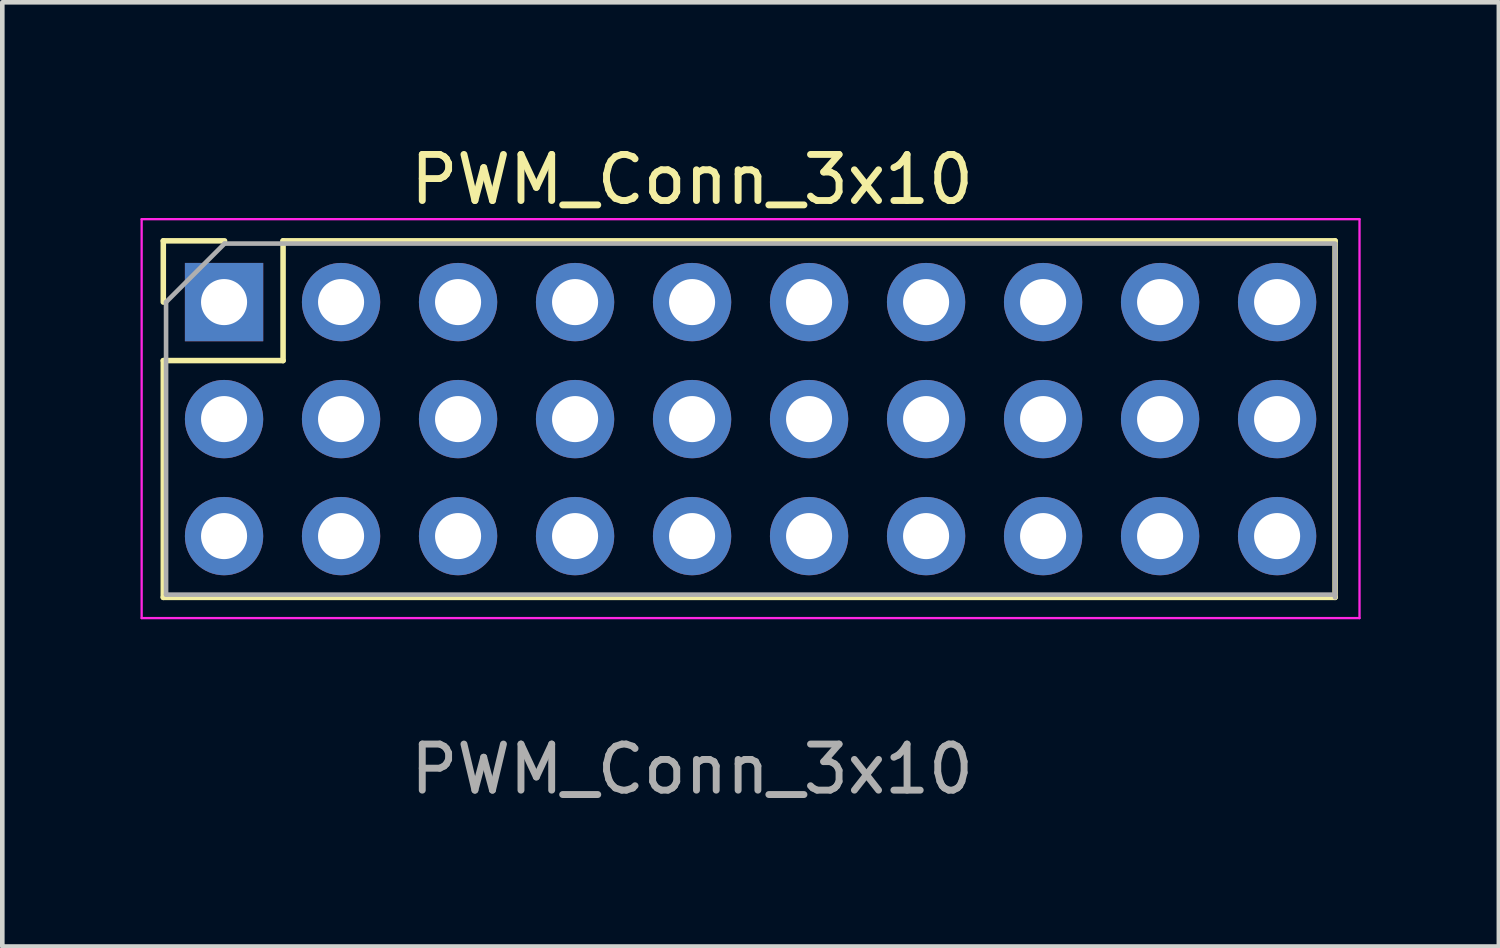
<source format=kicad_pcb>
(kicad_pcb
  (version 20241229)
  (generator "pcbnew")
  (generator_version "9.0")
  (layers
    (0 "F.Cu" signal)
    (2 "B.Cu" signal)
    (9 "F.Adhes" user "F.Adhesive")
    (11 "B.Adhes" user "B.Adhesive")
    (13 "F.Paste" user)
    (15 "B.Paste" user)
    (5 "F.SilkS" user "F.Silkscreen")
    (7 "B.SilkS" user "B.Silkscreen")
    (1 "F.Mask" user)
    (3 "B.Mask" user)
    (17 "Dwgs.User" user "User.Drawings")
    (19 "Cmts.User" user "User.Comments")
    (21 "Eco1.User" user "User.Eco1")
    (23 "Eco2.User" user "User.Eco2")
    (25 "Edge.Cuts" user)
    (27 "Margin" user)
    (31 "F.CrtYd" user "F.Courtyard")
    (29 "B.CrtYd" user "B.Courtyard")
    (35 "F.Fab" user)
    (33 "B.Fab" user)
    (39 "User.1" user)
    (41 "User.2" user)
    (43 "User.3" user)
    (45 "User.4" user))
  (footprint "PWM_Conn_3x10"
    (layer "F.Cu")
    (at 11.974 6.048)
    (property "Reference" "PWM_Conn_3x10" (at 0 -5.2 0) (unlocked yes) (layer "F.SilkS") (effects (font (size 1 1) (thickness 0.15))))
    (attr through_hole)
    (fp_line (start -11.479 -3.87) (end -10.149 -3.87) (stroke (width 0.12) (type solid)) (layer "F.SilkS"))
    (fp_line (start -11.479 -2.54) (end -11.479 -3.87) (stroke (width 0.12) (type solid)) (layer "F.SilkS"))
    (fp_line (start -11.479 -1.27) (end -11.479 3.87) (stroke (width 0.12) (type solid)) (layer "F.SilkS"))
    (fp_line (start -11.479 -1.27) (end -8.879 -1.27) (stroke (width 0.12) (type solid)) (layer "F.SilkS"))
    (fp_line (start -11.479 3.87) (end 13.959 3.87) (stroke (width 0.12) (type solid)) (layer "F.SilkS"))
    (fp_line (start -8.879 -3.87) (end 13.959 -3.87) (stroke (width 0.12) (type solid)) (layer "F.SilkS"))
    (fp_line (start -8.879 -1.27) (end -8.879 -3.87) (stroke (width 0.12) (type solid)) (layer "F.SilkS"))
    (fp_line (start 13.959 -3.87) (end 13.959 3.87) (stroke (width 0.12) (type solid)) (layer "F.SilkS"))
    (fp_line (start -11.949 -4.34) (end -11.949 4.32) (stroke (width 0.05) (type solid)) (layer "F.CrtYd"))
    (fp_line (start -11.949 4.32) (end 14.489 4.32) (stroke (width 0.05) (type solid)) (layer "F.CrtYd"))
    (fp_line (start 14.489 -4.34) (end -11.949 -4.34) (stroke (width 0.05) (type solid)) (layer "F.CrtYd"))
    (fp_line (start 14.489 4.32) (end 14.489 -4.34) (stroke (width 0.05) (type solid)) (layer "F.CrtYd"))
    (fp_line (start -11.419 -2.54) (end -10.149 -3.81) (stroke (width 0.1) (type solid)) (layer "F.Fab"))
    (fp_line (start -11.419 3.81) (end -11.419 -2.54) (stroke (width 0.1) (type solid)) (layer "F.Fab"))
    (fp_line (start -10.149 -3.81) (end 13.959 -3.81) (stroke (width 0.1) (type solid)) (layer "F.Fab"))
    (fp_line (start 13.959 -3.75) (end 13.959 3.87) (stroke (width 0.1) (type solid)) (layer "F.Fab"))
    (fp_line (start 13.959 3.81) (end -11.419 3.81) (stroke (width 0.1) (type solid)) (layer "F.Fab"))
    (fp_text user "${REFERENCE}" (at 0 7.6 180) (layer "F.Fab") (effects (font (size 1 1) (thickness 0.15))))
    (pad "1" thru_hole rect (at -10.16 -2.54) (size 1.7 1.7) (drill 1) (layers "*.Cu" "*.Mask"))
    (pad "2" thru_hole oval (at -7.62 -2.54) (size 1.7 1.7) (drill 1) (layers "*.Cu" "*.Mask"))
    (pad "3" thru_hole oval (at -5.08 -2.54) (size 1.7 1.7) (drill 1) (layers "*.Cu" "*.Mask"))
    (pad "4" thru_hole oval (at -2.54 -2.54) (size 1.7 1.7) (drill 1) (layers "*.Cu" "*.Mask"))
    (pad "5" thru_hole oval (at 0 -2.54) (size 1.7 1.7) (drill 1) (layers "*.Cu" "*.Mask"))
    (pad "6" thru_hole oval (at 2.54 -2.54) (size 1.7 1.7) (drill 1) (layers "*.Cu" "*.Mask"))
    (pad "7" thru_hole oval (at 5.08 -2.54) (size 1.7 1.7) (drill 1) (layers "*.Cu" "*.Mask"))
    (pad "8" thru_hole oval (at 7.62 -2.54) (size 1.7 1.7) (drill 1) (layers "*.Cu" "*.Mask"))
    (pad "9" thru_hole oval (at 10.16 -2.54) (size 1.7 1.7) (drill 1) (layers "*.Cu" "*.Mask"))
    (pad "10" thru_hole oval (at 12.7 -2.54) (size 1.7 1.7) (drill 1) (layers "*.Cu" "*.Mask"))
    (pad "11" thru_hole oval (at -10.16 0) (size 1.7 1.7) (drill 1) (layers "*.Cu" "*.Mask"))
    (pad "11" thru_hole oval (at -7.62 0) (size 1.7 1.7) (drill 1) (layers "*.Cu" "*.Mask"))
    (pad "11" thru_hole oval (at -5.08 0) (size 1.7 1.7) (drill 1) (layers "*.Cu" "*.Mask"))
    (pad "11" thru_hole oval (at -2.54 0) (size 1.7 1.7) (drill 1) (layers "*.Cu" "*.Mask"))
    (pad "11" thru_hole oval (at 0 0) (size 1.7 1.7) (drill 1) (layers "*.Cu" "*.Mask"))
    (pad "11" thru_hole oval (at 2.54 0) (size 1.7 1.7) (drill 1) (layers "*.Cu" "*.Mask"))
    (pad "11" thru_hole oval (at 5.08 0) (size 1.7 1.7) (drill 1) (layers "*.Cu" "*.Mask"))
    (pad "11" thru_hole oval (at 7.62 0) (size 1.7 1.7) (drill 1) (layers "*.Cu" "*.Mask"))
    (pad "12" thru_hole oval (at 10.16 0) (size 1.7 1.7) (drill 1) (layers "*.Cu" "*.Mask"))
    (pad "13" thru_hole oval (at 12.7 0) (size 1.7 1.7) (drill 1) (layers "*.Cu" "*.Mask"))
    (pad "14" thru_hole oval (at -10.16 2.54) (size 1.7 1.7) (drill 1) (layers "*.Cu" "*.Mask"))
    (pad "14" thru_hole oval (at -7.62 2.54) (size 1.7 1.7) (drill 1) (layers "*.Cu" "*.Mask"))
    (pad "14" thru_hole oval (at -5.08 2.54) (size 1.7 1.7) (drill 1) (layers "*.Cu" "*.Mask"))
    (pad "14" thru_hole oval (at -2.54 2.54) (size 1.7 1.7) (drill 1) (layers "*.Cu" "*.Mask"))
    (pad "14" thru_hole oval (at 0 2.54) (size 1.7 1.7) (drill 1) (layers "*.Cu" "*.Mask"))
    (pad "14" thru_hole oval (at 2.54 2.54) (size 1.7 1.7) (drill 1) (layers "*.Cu" "*.Mask"))
    (pad "14" thru_hole oval (at 5.08 2.54) (size 1.7 1.7) (drill 1) (layers "*.Cu" "*.Mask"))
    (pad "14" thru_hole oval (at 7.62 2.54) (size 1.7 1.7) (drill 1) (layers "*.Cu" "*.Mask"))
    (pad "14" thru_hole oval (at 10.16 2.54) (size 1.7 1.7) (drill 1) (layers "*.Cu" "*.Mask"))
    (pad "14" thru_hole oval (at 12.7 2.54) (size 1.7 1.7) (drill 1) (layers "*.Cu" "*.Mask")))
  (gr_rect
    (start -3 -3)
    (end 29.488 17.497)
    (stroke (width 0.1) (type default))
    (fill no)
    (layer "Edge.Cuts")))
</source>
